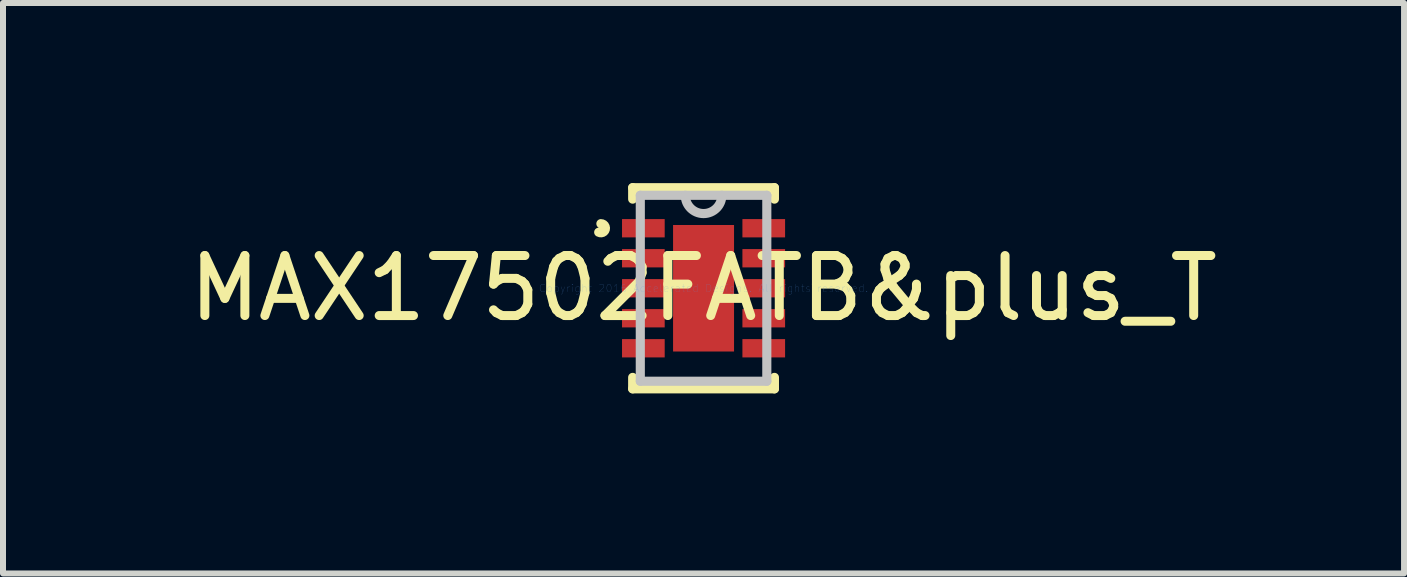
<source format=kicad_pcb>
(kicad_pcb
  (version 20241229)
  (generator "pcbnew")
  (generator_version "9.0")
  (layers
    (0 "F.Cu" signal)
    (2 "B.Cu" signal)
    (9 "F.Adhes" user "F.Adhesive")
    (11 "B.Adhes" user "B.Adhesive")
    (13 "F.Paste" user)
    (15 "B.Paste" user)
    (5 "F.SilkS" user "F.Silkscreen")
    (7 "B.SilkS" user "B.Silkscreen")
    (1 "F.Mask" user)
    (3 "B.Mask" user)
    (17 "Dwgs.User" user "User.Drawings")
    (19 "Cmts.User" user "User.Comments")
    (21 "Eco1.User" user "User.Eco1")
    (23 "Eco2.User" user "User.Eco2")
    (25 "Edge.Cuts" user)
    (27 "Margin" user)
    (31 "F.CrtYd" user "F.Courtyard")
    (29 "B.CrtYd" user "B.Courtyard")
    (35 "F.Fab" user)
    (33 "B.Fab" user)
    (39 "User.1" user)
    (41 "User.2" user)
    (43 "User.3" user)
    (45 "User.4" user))
  (footprint "MAX17502FATB&plus_T"
    (layer "F.Cu")
    (at 8.673 1.753)
    (property "Reference" "MAX17502FATB&plus_T" (at 0 0 0) (layer "F.SilkS") (effects (font (size 1 1) (thickness 0.15))))
    (attr through_hole)
    (fp_line (start -1.181 -1.676) (end -1.181 -1.485) (stroke (width 0.152) (type solid)) (layer "F.SilkS"))
    (fp_line (start -1.181 1.485) (end -1.181 1.676) (stroke (width 0.152) (type solid)) (layer "F.SilkS"))
    (fp_line (start -1.181 1.676) (end 1.181 1.676) (stroke (width 0.152) (type solid)) (layer "F.SilkS"))
    (fp_line (start 1.181 -1.676) (end -1.181 -1.676) (stroke (width 0.152) (type solid)) (layer "F.SilkS"))
    (fp_line (start 1.181 -1.485) (end 1.181 -1.676) (stroke (width 0.152) (type solid)) (layer "F.SilkS"))
    (fp_line (start 1.181 1.676) (end 1.181 1.485) (stroke (width 0.152) (type solid)) (layer "F.SilkS"))
    (fp_arc (start -1.7105 -1.0762) (mid -1.636671 -0.98114) (end -1.747046 -0.933136) (stroke (width 0.1524) (type solid)) (layer "F.SilkS"))
    (fp_line (start -1.054 -1.549) (end -1.054 1.549) (stroke (width 0.152) (type solid)) (layer "Dwgs.User"))
    (fp_line (start -1.054 1.549) (end 1.054 1.549) (stroke (width 0.152) (type solid)) (layer "Dwgs.User"))
    (fp_line (start 1.054 -1.549) (end -1.054 -1.549) (stroke (width 0.152) (type solid)) (layer "Dwgs.User"))
    (fp_line (start 1.054 1.549) (end 1.054 -1.549) (stroke (width 0.152) (type solid)) (layer "Dwgs.User"))
    (fp_arc (start 0.3048 -1.5494) (mid 0 -1.2446) (end -0.3048 -1.5494) (stroke (width 0.1524) (type solid)) (layer "Dwgs.User"))
    (fp_text user "Copyright 2016 Accelerated Designs. All rights reserved." (at 0 0 0) (layer "Cmts.User") (effects (font (size 0.127 0.127) (thickness 0.002))))
    (pad "1" smd rect (at -1.003 -1) (size 0.711 0.305) (layers "F.Cu" "F.Mask" "F.Paste"))
    (pad "2" smd rect (at -1.003 -0.5) (size 0.711 0.305) (layers "F.Cu" "F.Mask" "F.Paste"))
    (pad "3" smd rect (at -1.003 0) (size 0.711 0.305) (layers "F.Cu" "F.Mask" "F.Paste"))
    (pad "4" smd rect (at -1.003 0.5) (size 0.711 0.305) (layers "F.Cu" "F.Mask" "F.Paste"))
    (pad "5" smd rect (at -1.003 1) (size 0.711 0.305) (layers "F.Cu" "F.Mask" "F.Paste"))
    (pad "6" smd rect (at 1.003 1) (size 0.711 0.305) (layers "F.Cu" "F.Mask" "F.Paste"))
    (pad "7" smd rect (at 1.003 0.5) (size 0.711 0.305) (layers "F.Cu" "F.Mask" "F.Paste"))
    (pad "8" smd rect (at 1.003 0) (size 0.711 0.305) (layers "F.Cu" "F.Mask" "F.Paste"))
    (pad "9" smd rect (at 1.003 -0.5) (size 0.711 0.305) (layers "F.Cu" "F.Mask" "F.Paste"))
    (pad "10" smd rect (at 1.003 -1) (size 0.711 0.305) (layers "F.Cu" "F.Mask" "F.Paste"))
    (pad "11" smd rect (at 0 0) (size 1.016 2.108) (layers "F.Cu" "F.Mask" "F.Paste")))
  (gr_rect
    (start -3 -3)
    (end 20.345 6.505)
    (stroke (width 0.1) (type default))
    (fill no)
    (layer "Edge.Cuts")))
</source>
